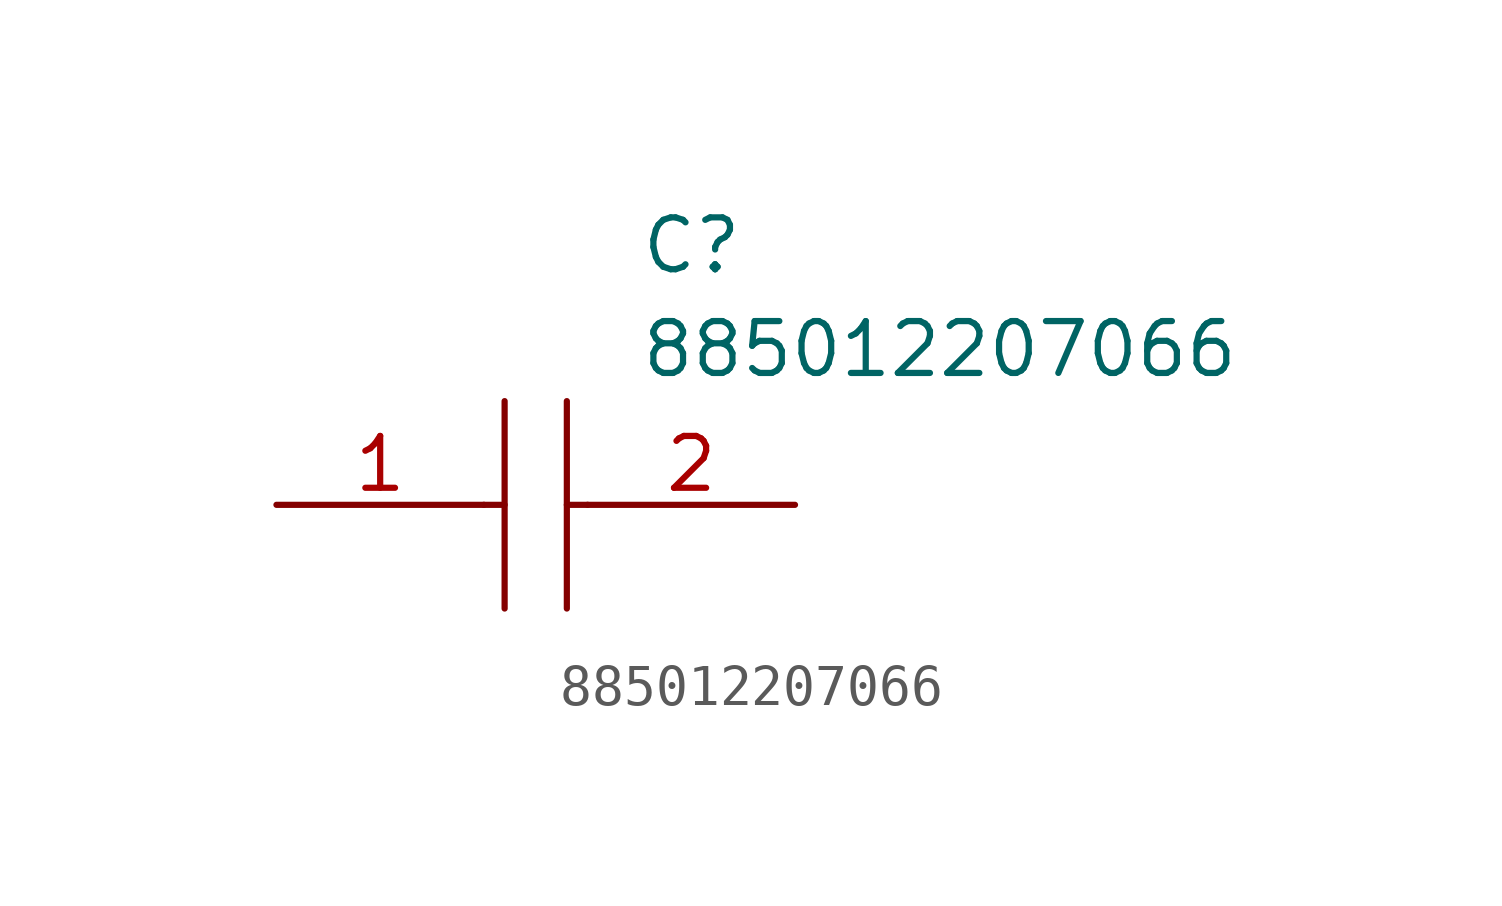
<source format=kicad_sym>
(kicad_symbol_lib
  (version 20211014)
  (generator kicad_symbol_editor)
  (symbol "885012207066"
    (pin_names
      (offset 0.762))
    (property "Reference" "C"
      (at 8.89 6.35 0)
      (effects (font (size 1.27 1.27)) (justify left)))
    (property "Value" "885012207066"
      (at 8.89 3.81 0)
      (effects (font (size 1.27 1.27)) (justify left)))
    (symbol "885012207066_0_0"
      (pin passive line (at 0 0 0) (length 5.08) (name "~" (effects (font (size 1.27 1.27)))) (number "1" (effects (font (size 1.27 1.27)))))
      (pin passive line (at 12.7 0 180) (length 5.08) (name "~" (effects (font (size 1.27 1.27)))) (number "2" (effects (font (size 1.27 1.27))))))
    (symbol "885012207066_0_1"
      (polyline (pts (xy 5.08 0) (xy 5.588 0)) (stroke (width 0.152) (type default) (color 0 0 0 0)) (fill (type background)))
      (polyline (pts (xy 5.588 2.54) (xy 5.588 -2.54)) (stroke (width 0.152) (type default) (color 0 0 0 0)) (fill (type background)))
      (polyline (pts (xy 7.112 0) (xy 7.62 0)) (stroke (width 0.152) (type default) (color 0 0 0 0)) (fill (type background)))
      (polyline (pts (xy 7.112 2.54) (xy 7.112 -2.54)) (stroke (width 0.152) (type default) (color 0 0 0 0)) (fill (type background))))))
</source>
